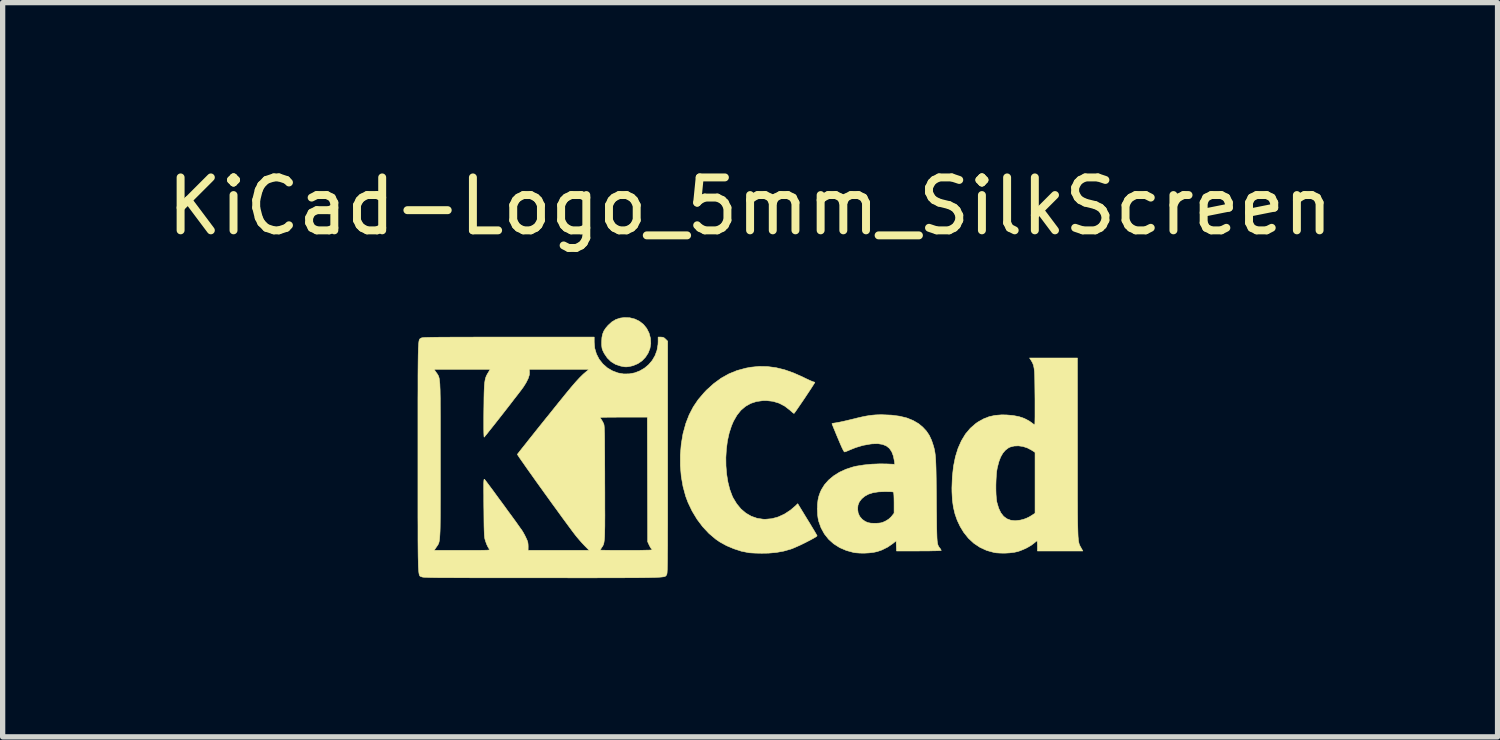
<source format=kicad_pcb>
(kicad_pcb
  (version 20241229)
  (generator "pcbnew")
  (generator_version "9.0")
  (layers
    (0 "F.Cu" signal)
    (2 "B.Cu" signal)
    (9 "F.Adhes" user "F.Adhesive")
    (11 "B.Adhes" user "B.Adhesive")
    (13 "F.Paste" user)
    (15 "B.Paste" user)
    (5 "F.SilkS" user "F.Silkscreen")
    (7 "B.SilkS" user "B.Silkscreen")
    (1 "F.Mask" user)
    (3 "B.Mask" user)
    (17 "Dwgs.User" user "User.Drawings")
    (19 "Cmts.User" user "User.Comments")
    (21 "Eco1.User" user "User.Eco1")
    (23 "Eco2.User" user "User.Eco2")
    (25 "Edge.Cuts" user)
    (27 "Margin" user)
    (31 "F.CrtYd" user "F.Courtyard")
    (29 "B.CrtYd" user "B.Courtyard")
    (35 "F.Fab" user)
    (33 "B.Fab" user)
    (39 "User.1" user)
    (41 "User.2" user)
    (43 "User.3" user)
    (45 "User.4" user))
  (footprint "KiCad-Logo_5mm_SilkScreen"
    (layer "F.Cu")
    (at 11.125 5.928)
    (property "Reference" "KiCad-Logo_5mm_SilkScreen" (at 0 -5.08 0) (layer "F.SilkS") (effects (font (size 1 1) (thickness 0.15))))
    (attr exclude_from_pos_files exclude_from_bom)
    (fp_poly (pts (xy -2.273 -2.973) (xy -2.177 -2.949) (xy -2.09 -2.906) (xy -2.015 -2.847) (xy -1.954 -2.772) (xy -1.909 -2.683) (xy -1.883 -2.586) (xy -1.877 -2.489) (xy -1.892 -2.395) (xy -1.926 -2.307) (xy -1.977 -2.228) (xy -2.042 -2.16) (xy -2.121 -2.106) (xy -2.212 -2.068) (xy -2.263 -2.056) (xy -2.308 -2.048) (xy -2.342 -2.045) (xy -2.375 -2.047) (xy -2.415 -2.054) (xy -2.449 -2.061) (xy -2.542 -2.092) (xy -2.626 -2.143) (xy -2.698 -2.213) (xy -2.756 -2.298) (xy -2.77 -2.326) (xy -2.787 -2.362) (xy -2.797 -2.392) (xy -2.802 -2.425) (xy -2.805 -2.466) (xy -2.805 -2.512) (xy -2.801 -2.596) (xy -2.787 -2.665) (xy -2.762 -2.726) (xy -2.723 -2.784) (xy -2.684 -2.829) (xy -2.612 -2.895) (xy -2.537 -2.94) (xy -2.455 -2.967) (xy -2.377 -2.977) (xy -2.273 -2.973)) (stroke (width 0.01) (type solid)) (fill yes) (layer "F.SilkS"))
    (fp_poly (pts (xy 0.328 -2.051) (xy 0.489 -2.03) (xy 0.653 -1.99) (xy 0.822 -1.93) (xy 1 -1.851) (xy 1.011 -1.845) (xy 1.069 -1.817) (xy 1.121 -1.793) (xy 1.162 -1.775) (xy 1.19 -1.764) (xy 1.2 -1.761) (xy 1.219 -1.756) (xy 1.224 -1.752) (xy 1.218 -1.741) (xy 1.202 -1.715) (xy 1.177 -1.676) (xy 1.145 -1.626) (xy 1.107 -1.569) (xy 1.066 -1.507) (xy 1.023 -1.442) (xy 0.98 -1.379) (xy 0.939 -1.319) (xy 0.902 -1.265) (xy 0.871 -1.22) (xy 0.847 -1.186) (xy 0.832 -1.167) (xy 0.83 -1.165) (xy 0.82 -1.17) (xy 0.798 -1.187) (xy 0.767 -1.214) (xy 0.752 -1.228) (xy 0.655 -1.303) (xy 0.548 -1.359) (xy 0.433 -1.394) (xy 0.31 -1.408) (xy 0.241 -1.407) (xy 0.119 -1.39) (xy 0.01 -1.354) (xy -0.087 -1.299) (xy -0.174 -1.225) (xy -0.249 -1.131) (xy -0.314 -1.018) (xy -0.351 -0.931) (xy -0.395 -0.796) (xy -0.428 -0.648) (xy -0.448 -0.493) (xy -0.458 -0.333) (xy -0.456 -0.173) (xy -0.443 -0.016) (xy -0.419 0.133) (xy -0.384 0.271) (xy -0.338 0.395) (xy -0.322 0.429) (xy -0.253 0.543) (xy -0.173 0.64) (xy -0.081 0.718) (xy 0.02 0.777) (xy 0.13 0.816) (xy 0.247 0.834) (xy 0.289 0.835) (xy 0.41 0.824) (xy 0.531 0.791) (xy 0.649 0.737) (xy 0.762 0.663) (xy 0.854 0.585) (xy 0.9 0.54) (xy 1.081 0.837) (xy 1.127 0.911) (xy 1.168 0.98) (xy 1.204 1.039) (xy 1.233 1.088) (xy 1.254 1.124) (xy 1.265 1.144) (xy 1.266 1.147) (xy 1.258 1.157) (xy 1.233 1.174) (xy 1.193 1.197) (xy 1.142 1.225) (xy 1.084 1.255) (xy 1.021 1.287) (xy 0.958 1.318) (xy 0.896 1.346) (xy 0.839 1.371) (xy 0.791 1.391) (xy 0.768 1.399) (xy 0.634 1.437) (xy 0.496 1.462) (xy 0.349 1.475) (xy 0.222 1.477) (xy 0.154 1.476) (xy 0.088 1.474) (xy 0.031 1.471) (xy -0.013 1.468) (xy -0.027 1.466) (xy -0.166 1.438) (xy -0.307 1.392) (xy -0.445 1.334) (xy -0.572 1.264) (xy -0.649 1.211) (xy -0.777 1.103) (xy -0.895 0.977) (xy -1.002 0.835) (xy -1.095 0.681) (xy -1.173 0.518) (xy -1.217 0.401) (xy -1.267 0.217) (xy -1.301 0.023) (xy -1.318 -0.179) (xy -1.318 -0.382) (xy -1.301 -0.584) (xy -1.268 -0.781) (xy -1.217 -0.967) (xy -1.214 -0.978) (xy -1.151 -1.14) (xy -1.074 -1.288) (xy -0.981 -1.426) (xy -0.868 -1.558) (xy -0.825 -1.604) (xy -0.688 -1.728) (xy -0.549 -1.83) (xy -0.403 -1.912) (xy -0.249 -1.975) (xy -0.084 -2.02) (xy 0.011 -2.038) (xy 0.17 -2.054) (xy 0.328 -2.051)) (stroke (width 0.01) (type solid)) (fill yes) (layer "F.SilkS"))
    (fp_poly (pts (xy 6.187 -0.528) (xy 6.187 -0.293) (xy 6.187 -0.08) (xy 6.187 0.112) (xy 6.187 0.285) (xy 6.187 0.441) (xy 6.188 0.579) (xy 6.188 0.701) (xy 6.189 0.808) (xy 6.19 0.901) (xy 6.192 0.982) (xy 6.194 1.051) (xy 6.196 1.11) (xy 6.198 1.159) (xy 6.202 1.2) (xy 6.205 1.234) (xy 6.21 1.262) (xy 6.214 1.285) (xy 6.22 1.304) (xy 6.226 1.321) (xy 6.233 1.335) (xy 6.24 1.349) (xy 6.249 1.364) (xy 6.254 1.373) (xy 6.288 1.434) (xy 5.43 1.434) (xy 5.43 1.338) (xy 5.429 1.294) (xy 5.427 1.261) (xy 5.424 1.243) (xy 5.423 1.242) (xy 5.412 1.249) (xy 5.389 1.267) (xy 5.366 1.286) (xy 5.312 1.327) (xy 5.242 1.368) (xy 5.165 1.405) (xy 5.088 1.435) (xy 5.057 1.445) (xy 4.989 1.46) (xy 4.906 1.47) (xy 4.816 1.475) (xy 4.728 1.474) (xy 4.649 1.469) (xy 4.612 1.463) (xy 4.473 1.425) (xy 4.346 1.367) (xy 4.23 1.29) (xy 4.127 1.195) (xy 4.036 1.081) (xy 3.969 0.97) (xy 3.914 0.854) (xy 3.872 0.734) (xy 3.842 0.608) (xy 3.823 0.472) (xy 3.815 0.32) (xy 3.814 0.243) (xy 3.816 0.186) (xy 4.645 0.186) (xy 4.645 0.279) (xy 4.648 0.367) (xy 4.654 0.444) (xy 4.662 0.505) (xy 4.665 0.517) (xy 4.697 0.625) (xy 4.738 0.712) (xy 4.79 0.779) (xy 4.853 0.826) (xy 4.926 0.853) (xy 5.011 0.862) (xy 5.107 0.851) (xy 5.17 0.835) (xy 5.219 0.817) (xy 5.274 0.791) (xy 5.314 0.767) (xy 5.385 0.721) (xy 5.385 -0.429) (xy 5.317 -0.473) (xy 5.239 -0.514) (xy 5.155 -0.541) (xy 5.07 -0.553) (xy 4.988 -0.549) (xy 4.915 -0.53) (xy 4.883 -0.515) (xy 4.826 -0.472) (xy 4.777 -0.415) (xy 4.735 -0.342) (xy 4.701 -0.252) (xy 4.672 -0.141) (xy 4.671 -0.135) (xy 4.66 -0.073) (xy 4.653 0.005) (xy 4.648 0.093) (xy 4.645 0.186) (xy 3.816 0.186) (xy 3.822 0.03) (xy 3.844 -0.166) (xy 3.88 -0.345) (xy 3.93 -0.506) (xy 3.994 -0.65) (xy 4.071 -0.777) (xy 4.163 -0.886) (xy 4.268 -0.977) (xy 4.314 -1.008) (xy 4.415 -1.064) (xy 4.518 -1.104) (xy 4.628 -1.128) (xy 4.749 -1.138) (xy 4.842 -1.137) (xy 4.971 -1.126) (xy 5.084 -1.104) (xy 5.183 -1.07) (xy 5.271 -1.024) (xy 5.32 -0.99) (xy 5.349 -0.968) (xy 5.371 -0.953) (xy 5.379 -0.948) (xy 5.381 -0.959) (xy 5.382 -0.99) (xy 5.383 -1.037) (xy 5.384 -1.1) (xy 5.384 -1.173) (xy 5.384 -1.256) (xy 5.384 -1.344) (xy 5.384 -1.436) (xy 5.383 -1.528) (xy 5.382 -1.618) (xy 5.381 -1.704) (xy 5.38 -1.781) (xy 5.379 -1.848) (xy 5.377 -1.902) (xy 5.375 -1.94) (xy 5.375 -1.947) (xy 5.367 -2.018) (xy 5.356 -2.073) (xy 5.338 -2.12) (xy 5.312 -2.166) (xy 5.305 -2.176) (xy 5.281 -2.213) (xy 6.186 -2.213) (xy 6.187 -0.528)) (stroke (width 0.01) (type solid)) (fill yes) (layer "F.SilkS"))
    (fp_poly (pts (xy 2.674 -1.133) (xy 2.825 -1.113) (xy 2.961 -1.08) (xy 3.08 -1.032) (xy 3.185 -0.971) (xy 3.262 -0.907) (xy 3.331 -0.833) (xy 3.385 -0.753) (xy 3.428 -0.661) (xy 3.443 -0.618) (xy 3.456 -0.579) (xy 3.467 -0.543) (xy 3.477 -0.508) (xy 3.485 -0.472) (xy 3.492 -0.433) (xy 3.498 -0.39) (xy 3.503 -0.34) (xy 3.507 -0.283) (xy 3.51 -0.215) (xy 3.513 -0.136) (xy 3.515 -0.043) (xy 3.517 0.066) (xy 3.518 0.192) (xy 3.52 0.337) (xy 3.521 0.48) (xy 3.522 0.636) (xy 3.524 0.771) (xy 3.525 0.887) (xy 3.526 0.986) (xy 3.528 1.068) (xy 3.53 1.136) (xy 3.532 1.192) (xy 3.535 1.236) (xy 3.539 1.271) (xy 3.544 1.299) (xy 3.55 1.321) (xy 3.557 1.338) (xy 3.565 1.352) (xy 3.574 1.366) (xy 3.585 1.38) (xy 3.59 1.385) (xy 3.605 1.408) (xy 3.612 1.423) (xy 3.612 1.424) (xy 3.602 1.426) (xy 3.571 1.428) (xy 3.522 1.43) (xy 3.458 1.431) (xy 3.382 1.433) (xy 3.295 1.433) (xy 3.2 1.434) (xy 3.19 1.434) (xy 2.767 1.434) (xy 2.763 1.338) (xy 2.76 1.242) (xy 2.698 1.293) (xy 2.601 1.36) (xy 2.491 1.415) (xy 2.404 1.445) (xy 2.335 1.46) (xy 2.252 1.47) (xy 2.162 1.475) (xy 2.074 1.474) (xy 1.995 1.468) (xy 1.959 1.463) (xy 1.819 1.425) (xy 1.692 1.37) (xy 1.58 1.299) (xy 1.484 1.213) (xy 1.404 1.112) (xy 1.341 0.997) (xy 1.296 0.871) (xy 1.284 0.814) (xy 1.276 0.752) (xy 1.273 0.677) (xy 1.272 0.643) (xy 1.272 0.64) (xy 2.032 0.64) (xy 2.042 0.715) (xy 2.07 0.779) (xy 2.118 0.835) (xy 2.123 0.839) (xy 2.172 0.874) (xy 2.223 0.897) (xy 2.284 0.909) (xy 2.359 0.911) (xy 2.377 0.911) (xy 2.431 0.908) (xy 2.471 0.903) (xy 2.506 0.893) (xy 2.545 0.876) (xy 2.556 0.871) (xy 2.616 0.835) (xy 2.663 0.792) (xy 2.676 0.777) (xy 2.721 0.72) (xy 2.721 0.525) (xy 2.72 0.446) (xy 2.718 0.388) (xy 2.715 0.349) (xy 2.711 0.327) (xy 2.707 0.32) (xy 2.691 0.317) (xy 2.657 0.314) (xy 2.61 0.313) (xy 2.555 0.312) (xy 2.546 0.312) (xy 2.425 0.317) (xy 2.323 0.333) (xy 2.236 0.361) (xy 2.164 0.401) (xy 2.109 0.448) (xy 2.064 0.506) (xy 2.039 0.569) (xy 2.032 0.64) (xy 1.272 0.64) (xy 1.274 0.55) (xy 1.283 0.471) (xy 1.299 0.4) (xy 1.324 0.329) (xy 1.348 0.276) (xy 1.407 0.181) (xy 1.485 0.093) (xy 1.58 0.014) (xy 1.69 -0.055) (xy 1.813 -0.111) (xy 1.945 -0.154) (xy 2.009 -0.169) (xy 2.146 -0.191) (xy 2.294 -0.206) (xy 2.446 -0.212) (xy 2.572 -0.211) (xy 2.734 -0.204) (xy 2.727 -0.263) (xy 2.707 -0.362) (xy 2.676 -0.443) (xy 2.632 -0.506) (xy 2.575 -0.551) (xy 2.503 -0.58) (xy 2.416 -0.594) (xy 2.313 -0.591) (xy 2.275 -0.587) (xy 2.134 -0.562) (xy 1.997 -0.521) (xy 1.902 -0.483) (xy 1.857 -0.464) (xy 1.819 -0.448) (xy 1.792 -0.439) (xy 1.785 -0.437) (xy 1.775 -0.446) (xy 1.758 -0.475) (xy 1.734 -0.524) (xy 1.703 -0.594) (xy 1.665 -0.684) (xy 1.658 -0.7) (xy 1.628 -0.772) (xy 1.601 -0.838) (xy 1.578 -0.893) (xy 1.561 -0.936) (xy 1.55 -0.963) (xy 1.547 -0.972) (xy 1.557 -0.977) (xy 1.583 -0.982) (xy 1.611 -0.986) (xy 1.642 -0.991) (xy 1.689 -1) (xy 1.751 -1.013) (xy 1.821 -1.029) (xy 1.896 -1.047) (xy 1.925 -1.054) (xy 2.03 -1.08) (xy 2.117 -1.1) (xy 2.192 -1.115) (xy 2.258 -1.126) (xy 2.319 -1.133) (xy 2.381 -1.138) (xy 2.446 -1.14) (xy 2.504 -1.14) (xy 2.674 -1.133)) (stroke (width 0.01) (type solid)) (fill yes) (layer "F.SilkS"))
    (fp_poly (pts (xy -2.946 -2.511) (xy -2.936 -2.397) (xy -2.904 -2.289) (xy -2.853 -2.19) (xy -2.784 -2.102) (xy -2.699 -2.027) (xy -2.602 -1.97) (xy -2.496 -1.93) (xy -2.389 -1.911) (xy -2.283 -1.913) (xy -2.181 -1.932) (xy -2.085 -1.969) (xy -1.996 -2.021) (xy -1.917 -2.087) (xy -1.849 -2.167) (xy -1.796 -2.258) (xy -1.759 -2.359) (xy -1.74 -2.47) (xy -1.738 -2.52) (xy -1.738 -2.608) (xy -1.687 -2.608) (xy -1.65 -2.605) (xy -1.623 -2.593) (xy -1.596 -2.569) (xy -1.558 -2.531) (xy -1.558 -0.339) (xy -1.558 -0.077) (xy -1.558 0.163) (xy -1.558 0.383) (xy -1.558 0.583) (xy -1.558 0.764) (xy -1.558 0.928) (xy -1.559 1.074) (xy -1.559 1.205) (xy -1.559 1.32) (xy -1.56 1.421) (xy -1.561 1.509) (xy -1.561 1.585) (xy -1.562 1.65) (xy -1.563 1.704) (xy -1.564 1.749) (xy -1.565 1.786) (xy -1.567 1.815) (xy -1.568 1.837) (xy -1.57 1.854) (xy -1.572 1.866) (xy -1.574 1.874) (xy -1.576 1.88) (xy -1.577 1.882) (xy -1.581 1.889) (xy -1.585 1.895) (xy -1.589 1.901) (xy -1.594 1.906) (xy -1.601 1.911) (xy -1.611 1.916) (xy -1.625 1.92) (xy -1.645 1.923) (xy -1.669 1.926) (xy -1.701 1.929) (xy -1.741 1.931) (xy -1.789 1.934) (xy -1.846 1.935) (xy -1.914 1.937) (xy -1.994 1.938) (xy -2.085 1.939) (xy -2.19 1.94) (xy -2.309 1.94) (xy -2.443 1.941) (xy -2.593 1.941) (xy -2.76 1.941) (xy -2.945 1.942) (xy -3.149 1.942) (xy -3.372 1.942) (xy -3.616 1.941) (xy -3.881 1.941) (xy -3.92 1.941) (xy -4.187 1.941) (xy -4.432 1.941) (xy -4.657 1.941) (xy -4.861 1.941) (xy -5.047 1.941) (xy -5.215 1.941) (xy -5.366 1.94) (xy -5.501 1.94) (xy -5.62 1.939) (xy -5.725 1.939) (xy -5.817 1.938) (xy -5.896 1.938) (xy -5.964 1.937) (xy -6.021 1.936) (xy -6.069 1.935) (xy -6.107 1.933) (xy -6.138 1.932) (xy -6.162 1.931) (xy -6.18 1.929) (xy -6.192 1.927) (xy -6.201 1.925) (xy -6.205 1.923) (xy -6.214 1.92) (xy -6.221 1.917) (xy -6.229 1.915) (xy -6.235 1.911) (xy -6.241 1.906) (xy -6.246 1.897) (xy -6.251 1.885) (xy -6.255 1.869) (xy -6.259 1.846) (xy -6.262 1.818) (xy -6.265 1.781) (xy -6.268 1.737) (xy -6.27 1.683) (xy -6.271 1.618) (xy -6.273 1.543) (xy -6.274 1.455) (xy -6.275 1.354) (xy -6.276 1.239) (xy -6.276 1.11) (xy -6.276 0.964) (xy -6.277 0.802) (xy -6.277 0.621) (xy -6.277 0.422) (xy -6.277 0.204) (xy -6.277 -0.035) (xy -6.277 -0.296) (xy -6.277 -0.338) (xy -6.277 -0.601) (xy -6.277 -0.842) (xy -6.277 -1.063) (xy -6.277 -1.264) (xy -6.277 -1.446) (xy -6.276 -1.61) (xy -6.276 -1.757) (xy -6.276 -1.888) (xy -6.275 -1.998) (xy -5.972 -1.998) (xy -5.932 -1.94) (xy -5.921 -1.925) (xy -5.911 -1.911) (xy -5.902 -1.897) (xy -5.894 -1.883) (xy -5.887 -1.868) (xy -5.881 -1.849) (xy -5.875 -1.826) (xy -5.871 -1.798) (xy -5.867 -1.764) (xy -5.863 -1.722) (xy -5.861 -1.67) (xy -5.858 -1.609) (xy -5.857 -1.537) (xy -5.855 -1.452) (xy -5.855 -1.354) (xy -5.854 -1.24) (xy -5.853 -1.111) (xy -5.853 -0.965) (xy -5.853 -0.8) (xy -5.853 -0.616) (xy -5.853 -0.41) (xy -5.853 -0.288) (xy -5.853 -0.071) (xy -5.853 0.125) (xy -5.853 0.3) (xy -5.853 0.456) (xy -5.854 0.595) (xy -5.854 0.717) (xy -5.855 0.823) (xy -5.856 0.915) (xy -5.857 0.994) (xy -5.859 1.062) (xy -5.862 1.118) (xy -5.865 1.165) (xy -5.868 1.204) (xy -5.872 1.235) (xy -5.877 1.261) (xy -5.883 1.282) (xy -5.89 1.299) (xy -5.897 1.314) (xy -5.906 1.327) (xy -5.915 1.341) (xy -5.925 1.356) (xy -5.932 1.365) (xy -5.97 1.422) (xy -5.439 1.422) (xy -5.315 1.422) (xy -5.213 1.422) (xy -5.129 1.422) (xy -5.063 1.421) (xy -5.012 1.42) (xy -4.974 1.419) (xy -4.948 1.417) (xy -4.932 1.415) (xy -4.923 1.412) (xy -4.921 1.408) (xy -4.923 1.404) (xy -4.925 1.403) (xy -4.95 1.366) (xy -4.976 1.313) (xy -4.999 1.251) (xy -5.007 1.224) (xy -5.012 1.206) (xy -5.016 1.185) (xy -5.019 1.159) (xy -5.022 1.126) (xy -5.024 1.083) (xy -5.026 1.028) (xy -5.028 0.96) (xy -5.029 0.877) (xy -5.03 0.775) (xy -5.031 0.654) (xy -5.032 0.61) (xy -5.033 0.484) (xy -5.033 0.38) (xy -5.034 0.295) (xy -5.034 0.227) (xy -5.034 0.174) (xy -5.033 0.135) (xy -5.031 0.107) (xy -5.029 0.09) (xy -5.027 0.081) (xy -5.023 0.078) (xy -5.019 0.08) (xy -5.015 0.085) (xy -5.004 0.098) (xy -4.982 0.127) (xy -4.95 0.17) (xy -4.909 0.225) (xy -4.861 0.289) (xy -4.808 0.362) (xy -4.751 0.44) (xy -4.691 0.521) (xy -4.631 0.603) (xy -4.572 0.685) (xy -4.514 0.763) (xy -4.461 0.836) (xy -4.413 0.902) (xy -4.373 0.959) (xy -4.341 1.004) (xy -4.318 1.035) (xy -4.314 1.041) (xy -4.291 1.078) (xy -4.264 1.126) (xy -4.239 1.176) (xy -4.236 1.183) (xy -4.214 1.231) (xy -4.201 1.268) (xy -4.196 1.304) (xy -4.194 1.346) (xy -4.195 1.422) (xy -3.041 1.422) (xy -3.132 1.329) (xy -3.179 1.279) (xy -3.229 1.222) (xy -3.275 1.168) (xy -3.295 1.143) (xy -3.326 1.103) (xy -3.366 1.05) (xy -3.414 0.985) (xy -3.47 0.909) (xy -3.532 0.825) (xy -3.599 0.733) (xy -3.669 0.636) (xy -3.743 0.535) (xy -3.817 0.432) (xy -3.892 0.328) (xy -3.966 0.225) (xy -4.038 0.125) (xy -4.106 0.029) (xy -4.17 -0.061) (xy -4.229 -0.144) (xy -4.28 -0.218) (xy -4.324 -0.28) (xy -4.359 -0.33) (xy -4.383 -0.367) (xy -4.396 -0.387) (xy -4.398 -0.391) (xy -4.39 -0.403) (xy -4.369 -0.43) (xy -4.337 -0.471) (xy -4.294 -0.525) (xy -4.243 -0.589) (xy -4.185 -0.663) (xy -4.12 -0.744) (xy -4.051 -0.831) (xy -3.979 -0.921) (xy -3.904 -1.014) (xy -3.845 -1.088) (xy -2.834 -1.088) (xy -2.828 -1.075) (xy -2.813 -1.053) (xy -2.812 -1.052) (xy -2.793 -1.021) (xy -2.774 -0.985) (xy -2.77 -0.976) (xy -2.766 -0.968) (xy -2.763 -0.958) (xy -2.76 -0.945) (xy -2.758 -0.927) (xy -2.756 -0.904) (xy -2.754 -0.873) (xy -2.753 -0.833) (xy -2.751 -0.784) (xy -2.75 -0.723) (xy -2.749 -0.649) (xy -2.749 -0.561) (xy -2.748 -0.457) (xy -2.747 -0.337) (xy -2.747 -0.198) (xy -2.746 -0.039) (xy -2.746 0.14) (xy -2.745 0.325) (xy -2.745 0.489) (xy -2.745 0.633) (xy -2.744 0.759) (xy -2.745 0.868) (xy -2.745 0.961) (xy -2.747 1.04) (xy -2.748 1.106) (xy -2.75 1.161) (xy -2.753 1.206) (xy -2.757 1.242) (xy -2.761 1.271) (xy -2.766 1.295) (xy -2.772 1.313) (xy -2.779 1.329) (xy -2.787 1.344) (xy -2.797 1.358) (xy -2.805 1.37) (xy -2.822 1.396) (xy -2.832 1.414) (xy -2.834 1.417) (xy -2.823 1.418) (xy -2.791 1.419) (xy -2.742 1.42) (xy -2.677 1.421) (xy -2.599 1.422) (xy -2.51 1.422) (xy -2.411 1.422) (xy -2.342 1.422) (xy -2.237 1.422) (xy -2.141 1.422) (xy -2.054 1.421) (xy -1.98 1.419) (xy -1.921 1.418) (xy -1.879 1.416) (xy -1.855 1.414) (xy -1.851 1.412) (xy -1.859 1.398) (xy -1.867 1.39) (xy -1.88 1.372) (xy -1.897 1.342) (xy -1.909 1.318) (xy -1.936 1.259) (xy -1.939 0.082) (xy -1.942 -1.095) (xy -2.388 -1.095) (xy -2.486 -1.095) (xy -2.576 -1.094) (xy -2.657 -1.094) (xy -2.725 -1.093) (xy -2.779 -1.092) (xy -2.815 -1.09) (xy -2.833 -1.089) (xy -2.834 -1.088) (xy -3.845 -1.088) (xy -3.829 -1.107) (xy -3.755 -1.199) (xy -3.683 -1.289) (xy -3.615 -1.374) (xy -3.551 -1.452) (xy -3.494 -1.523) (xy -3.444 -1.584) (xy -3.403 -1.633) (xy -3.386 -1.654) (xy -3.3 -1.754) (xy -3.223 -1.838) (xy -3.154 -1.906) (xy -3.091 -1.96) (xy -3.082 -1.967) (xy -3.042 -1.998) (xy -4.174 -1.998) (xy -4.169 -1.95) (xy -4.172 -1.893) (xy -4.194 -1.825) (xy -4.234 -1.745) (xy -4.279 -1.673) (xy -4.295 -1.65) (xy -4.323 -1.612) (xy -4.361 -1.562) (xy -4.408 -1.501) (xy -4.462 -1.432) (xy -4.52 -1.356) (xy -4.582 -1.276) (xy -4.646 -1.194) (xy -4.71 -1.112) (xy -4.773 -1.032) (xy -4.832 -0.957) (xy -4.887 -0.888) (xy -4.935 -0.828) (xy -4.974 -0.778) (xy -5.004 -0.742) (xy -5.022 -0.72) (xy -5.025 -0.717) (xy -5.028 -0.725) (xy -5.03 -0.755) (xy -5.032 -0.807) (xy -5.033 -0.881) (xy -5.033 -0.977) (xy -5.033 -1.094) (xy -5.032 -1.214) (xy -5.03 -1.346) (xy -5.029 -1.457) (xy -5.027 -1.551) (xy -5.024 -1.629) (xy -5.021 -1.692) (xy -5.016 -1.745) (xy -5.009 -1.788) (xy -5.002 -1.823) (xy -4.992 -1.854) (xy -4.98 -1.882) (xy -4.965 -1.91) (xy -4.95 -1.935) (xy -4.912 -1.998) (xy -5.972 -1.998) (xy -6.275 -1.998) (xy -6.275 -2.004) (xy -6.274 -2.106) (xy -6.273 -2.195) (xy -6.272 -2.272) (xy -6.27 -2.337) (xy -6.269 -2.393) (xy -6.266 -2.438) (xy -6.264 -2.475) (xy -6.261 -2.505) (xy -6.258 -2.528) (xy -6.254 -2.546) (xy -6.25 -2.559) (xy -6.245 -2.568) (xy -6.24 -2.574) (xy -6.234 -2.579) (xy -6.228 -2.582) (xy -6.222 -2.586) (xy -6.216 -2.589) (xy -6.21 -2.592) (xy -6.202 -2.594) (xy -6.19 -2.596) (xy -6.173 -2.598) (xy -6.149 -2.6) (xy -6.118 -2.601) (xy -6.079 -2.602) (xy -6.03 -2.603) (xy -5.971 -2.604) (xy -5.899 -2.605) (xy -5.815 -2.606) (xy -5.718 -2.606) (xy -5.605 -2.607) (xy -5.476 -2.607) (xy -5.33 -2.607) (xy -5.166 -2.608) (xy -4.982 -2.608) (xy -4.778 -2.608) (xy -4.567 -2.608) (xy -2.946 -2.608) (xy -2.946 -2.511)) (stroke (width 0.01) (type solid)) (fill yes) (layer "F.SilkS")))
  (gr_rect
    (start -3 -3)
    (end 25.25 10.875)
    (stroke (width 0.1) (type default))
    (fill no)
    (layer "Edge.Cuts")))
</source>
